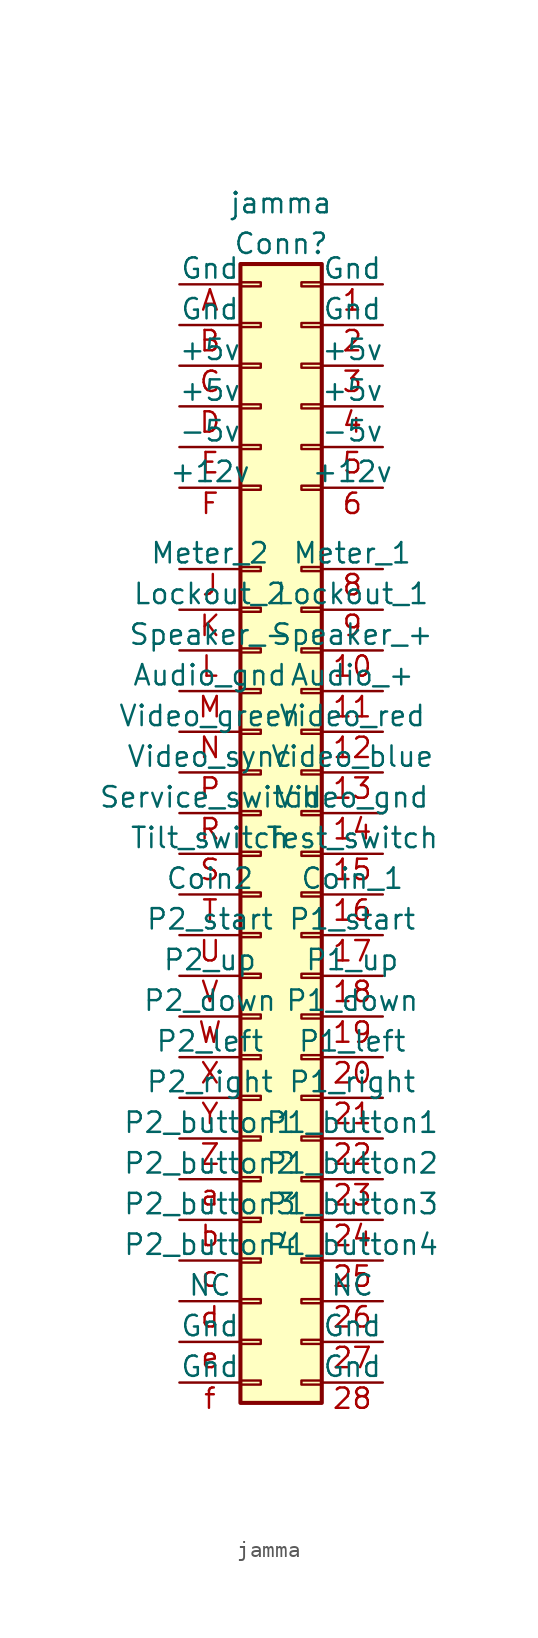
<source format=kicad_sym>
(kicad_symbol_lib
  (version 20201005)
  (generator kicad_symbol_editor)
  (symbol "jamma:jamma"
    (pin_names
      (offset 0))
    (property "Reference" "Conn"
      (at 0 35.56 0)
      (effects (font (size 1.27 1.27))))
    (property "Value" "jamma"
      (at 0 38.1 0)
      (effects (font (size 1.27 1.27))))
    (symbol "jamma_1_1"
      (rectangle (start 2.54 -27.813) (end 1.27 -28.067) (stroke (width 0.152)) (fill (type none)))
      (rectangle (start 2.54 -30.353) (end 1.27 -30.607) (stroke (width 0.152)) (fill (type none)))
      (rectangle (start 2.54 -32.893) (end 1.27 -33.147) (stroke (width 0.152)) (fill (type none)))
      (rectangle (start 2.54 -35.433) (end 1.27 -35.687) (stroke (width 0.152)) (fill (type none)))
      (rectangle (start 2.54 -4.953) (end 1.27 -5.207) (stroke (width 0.152)) (fill (type none)))
      (rectangle (start 2.54 -7.493) (end 1.27 -7.747) (stroke (width 0.152)) (fill (type none)))
      (rectangle (start 2.54 -10.033) (end 1.27 -10.287) (stroke (width 0.152)) (fill (type none)))
      (rectangle (start 2.54 -12.573) (end 1.27 -12.827) (stroke (width 0.152)) (fill (type none)))
      (rectangle (start 2.54 -15.113) (end 1.27 -15.367) (stroke (width 0.152)) (fill (type none)))
      (rectangle (start 2.54 -17.653) (end 1.27 -17.907) (stroke (width 0.152)) (fill (type none)))
      (rectangle (start 2.54 -20.193) (end 1.27 -20.447) (stroke (width 0.152)) (fill (type none)))
      (rectangle (start 2.54 -22.733) (end 1.27 -22.987) (stroke (width 0.152)) (fill (type none)))
      (rectangle (start 2.54 -2.413) (end 1.27 -2.667) (stroke (width 0.152)) (fill (type none)))
      (rectangle (start 2.54 -25.273) (end 1.27 -25.527) (stroke (width 0.152)) (fill (type none)))
      (rectangle (start 2.54 25.527) (end 1.27 25.273) (stroke (width 0.152)) (fill (type none)))
      (rectangle (start 2.54 2.667) (end 1.27 2.413) (stroke (width 0.152)) (fill (type none)))
      (rectangle (start 2.54 28.067) (end 1.27 27.813) (stroke (width 0.152)) (fill (type none)))
      (rectangle (start 2.54 30.607) (end 1.27 30.353) (stroke (width 0.152)) (fill (type none)))
      (rectangle (start 2.54 33.147) (end 1.27 32.893) (stroke (width 0.152)) (fill (type none)))
      (rectangle (start 2.54 34.29) (end -2.54 -36.83) (stroke (width 0.254)) (fill (type background)))
      (rectangle (start 2.54 5.207) (end 1.27 4.953) (stroke (width 0.152)) (fill (type none)))
      (rectangle (start 2.54 7.747) (end 1.27 7.493) (stroke (width 0.152)) (fill (type none)))
      (rectangle (start 2.54 10.287) (end 1.27 10.033) (stroke (width 0.152)) (fill (type none)))
      (rectangle (start 2.54 0.127) (end 1.27 -0.127) (stroke (width 0.152)) (fill (type none)))
      (rectangle (start 2.54 12.827) (end 1.27 12.573) (stroke (width 0.152)) (fill (type none)))
      (rectangle (start 2.54 15.367) (end 1.27 15.113) (stroke (width 0.152)) (fill (type none)))
      (rectangle (start 2.54 20.447) (end 1.27 20.193) (stroke (width 0.152)) (fill (type none)))
      (rectangle (start 2.54 22.987) (end 1.27 22.733) (stroke (width 0.152)) (fill (type none)))
      (rectangle (start -2.54 -27.813) (end -1.27 -28.067) (stroke (width 0.152)) (fill (type none)))
      (rectangle (start -2.54 -30.353) (end -1.27 -30.607) (stroke (width 0.152)) (fill (type none)))
      (rectangle (start -2.54 -32.893) (end -1.27 -33.147) (stroke (width 0.152)) (fill (type none)))
      (rectangle (start -2.54 -35.433) (end -1.27 -35.687) (stroke (width 0.152)) (fill (type none)))
      (rectangle (start -2.54 -4.953) (end -1.27 -5.207) (stroke (width 0.152)) (fill (type none)))
      (rectangle (start -2.54 -7.493) (end -1.27 -7.747) (stroke (width 0.152)) (fill (type none)))
      (rectangle (start -2.54 -10.033) (end -1.27 -10.287) (stroke (width 0.152)) (fill (type none)))
      (rectangle (start -2.54 -12.573) (end -1.27 -12.827) (stroke (width 0.152)) (fill (type none)))
      (rectangle (start -2.54 -15.113) (end -1.27 -15.367) (stroke (width 0.152)) (fill (type none)))
      (rectangle (start -2.54 -17.653) (end -1.27 -17.907) (stroke (width 0.152)) (fill (type none)))
      (rectangle (start -2.54 -20.193) (end -1.27 -20.447) (stroke (width 0.152)) (fill (type none)))
      (rectangle (start -2.54 -22.733) (end -1.27 -22.987) (stroke (width 0.152)) (fill (type none)))
      (rectangle (start -2.54 -2.413) (end -1.27 -2.667) (stroke (width 0.152)) (fill (type none)))
      (rectangle (start -2.54 -25.273) (end -1.27 -25.527) (stroke (width 0.152)) (fill (type none)))
      (rectangle (start -2.54 25.527) (end -1.27 25.273) (stroke (width 0.152)) (fill (type none)))
      (rectangle (start -2.54 2.667) (end -1.27 2.413) (stroke (width 0.152)) (fill (type none)))
      (rectangle (start -2.54 28.067) (end -1.27 27.813) (stroke (width 0.152)) (fill (type none)))
      (rectangle (start -2.54 30.607) (end -1.27 30.353) (stroke (width 0.152)) (fill (type none)))
      (rectangle (start -2.54 33.147) (end -1.27 32.893) (stroke (width 0.152)) (fill (type none)))
      (rectangle (start -2.54 5.207) (end -1.27 4.953) (stroke (width 0.152)) (fill (type none)))
      (rectangle (start -2.54 7.747) (end -1.27 7.493) (stroke (width 0.152)) (fill (type none)))
      (rectangle (start -2.54 10.287) (end -1.27 10.033) (stroke (width 0.152)) (fill (type none)))
      (rectangle (start -2.54 0.127) (end -1.27 -0.127) (stroke (width 0.152)) (fill (type none)))
      (rectangle (start -2.54 12.827) (end -1.27 12.573) (stroke (width 0.152)) (fill (type none)))
      (rectangle (start -2.54 15.367) (end -1.27 15.113) (stroke (width 0.152)) (fill (type none)))
      (rectangle (start -2.54 20.447) (end -1.27 20.193) (stroke (width 0.152)) (fill (type none)))
      (rectangle (start -2.54 22.987) (end -1.27 22.733) (stroke (width 0.152)) (fill (type none)))
      (pin passive line (at 6.35 33.02 180) (length 3.81) (name "Gnd" (effects (font (size 1.27 1.27)))) (number "1" (effects (font (size 1.27 1.27)))))
      (pin passive line (at 6.35 10.16 180) (length 3.81) (name "Speaker_+" (effects (font (size 1.27 1.27)))) (number "10" (effects (font (size 1.27 1.27)))))
      (pin passive line (at 6.35 7.62 180) (length 3.81) (name "Audio_+" (effects (font (size 1.27 1.27)))) (number "11" (effects (font (size 1.27 1.27)))))
      (pin passive line (at 6.35 5.08 180) (length 3.81) (name "Video_red" (effects (font (size 1.27 1.27)))) (number "12" (effects (font (size 1.27 1.27)))))
      (pin passive line (at 6.35 2.54 180) (length 3.81) (name "Video_blue" (effects (font (size 1.27 1.27)))) (number "13" (effects (font (size 1.27 1.27)))))
      (pin passive line (at 6.35 0 180) (length 3.81) (name "Video_gnd" (effects (font (size 1.27 1.27)))) (number "14" (effects (font (size 1.27 1.27)))))
      (pin passive line (at 6.35 -2.54 180) (length 3.81) (name "Test_switch" (effects (font (size 1.27 1.27)))) (number "15" (effects (font (size 1.27 1.27)))))
      (pin passive line (at 6.35 -5.08 180) (length 3.81) (name "Coin_1" (effects (font (size 1.27 1.27)))) (number "16" (effects (font (size 1.27 1.27)))))
      (pin passive line (at 6.35 -7.62 180) (length 3.81) (name "P1_start" (effects (font (size 1.27 1.27)))) (number "17" (effects (font (size 1.27 1.27)))))
      (pin passive line (at 6.35 -10.16 180) (length 3.81) (name "P1_up" (effects (font (size 1.27 1.27)))) (number "18" (effects (font (size 1.27 1.27)))))
      (pin passive line (at 6.35 -12.7 180) (length 3.81) (name "P1_down" (effects (font (size 1.27 1.27)))) (number "19" (effects (font (size 1.27 1.27)))))
      (pin passive line (at 6.35 30.48 180) (length 3.81) (name "Gnd" (effects (font (size 1.27 1.27)))) (number "2" (effects (font (size 1.27 1.27)))))
      (pin passive line (at 6.35 -15.24 180) (length 3.81) (name "P1_left" (effects (font (size 1.27 1.27)))) (number "20" (effects (font (size 1.27 1.27)))))
      (pin passive line (at 6.35 -17.78 180) (length 3.81) (name "P1_right" (effects (font (size 1.27 1.27)))) (number "21" (effects (font (size 1.27 1.27)))))
      (pin passive line (at 6.35 -20.32 180) (length 3.81) (name "P1_button1" (effects (font (size 1.27 1.27)))) (number "22" (effects (font (size 1.27 1.27)))))
      (pin passive line (at 6.35 -22.86 180) (length 3.81) (name "P1_button2" (effects (font (size 1.27 1.27)))) (number "23" (effects (font (size 1.27 1.27)))))
      (pin passive line (at 6.35 -25.4 180) (length 3.81) (name "P1_button3" (effects (font (size 1.27 1.27)))) (number "24" (effects (font (size 1.27 1.27)))))
      (pin passive line (at 6.35 -27.94 180) (length 3.81) (name "P1_button4" (effects (font (size 1.27 1.27)))) (number "25" (effects (font (size 1.27 1.27)))))
      (pin passive line (at 6.35 -30.48 180) (length 3.81) (name "NC" (effects (font (size 1.27 1.27)))) (number "26" (effects (font (size 1.27 1.27)))))
      (pin passive line (at 6.35 -33.02 180) (length 3.81) (name "Gnd" (effects (font (size 1.27 1.27)))) (number "27" (effects (font (size 1.27 1.27)))))
      (pin passive line (at 6.35 -35.56 180) (length 3.81) (name "Gnd" (effects (font (size 1.27 1.27)))) (number "28" (effects (font (size 1.27 1.27)))))
      (pin passive line (at -6.35 33.02 0) (length 3.81) (name "Gnd" (effects (font (size 1.27 1.27)))) (number "A" (effects (font (size 1.27 1.27)))))
      (pin passive line (at 6.35 27.94 180) (length 3.81) (name "+5v" (effects (font (size 1.27 1.27)))) (number "3" (effects (font (size 1.27 1.27)))))
      (pin passive line (at -6.35 30.48 0) (length 3.81) (name "Gnd" (effects (font (size 1.27 1.27)))) (number "B" (effects (font (size 1.27 1.27)))))
      (pin passive line (at -6.35 27.94 0) (length 3.81) (name "+5v" (effects (font (size 1.27 1.27)))) (number "C" (effects (font (size 1.27 1.27)))))
      (pin passive line (at -6.35 25.4 0) (length 3.81) (name "+5v" (effects (font (size 1.27 1.27)))) (number "D" (effects (font (size 1.27 1.27)))))
      (pin passive line (at -6.35 22.86 0) (length 3.81) (name "-5v" (effects (font (size 1.27 1.27)))) (number "E" (effects (font (size 1.27 1.27)))))
      (pin passive line (at -6.35 20.32 0) (length 3.81) (name "+12v" (effects (font (size 1.27 1.27)))) (number "F" (effects (font (size 1.27 1.27)))))
      (pin passive line (at -6.35 15.24 0) (length 3.81) (name "Meter_2" (effects (font (size 1.27 1.27)))) (number "J" (effects (font (size 1.27 1.27)))))
      (pin passive line (at -6.35 12.7 0) (length 3.81) (name "Lockout_2" (effects (font (size 1.27 1.27)))) (number "K" (effects (font (size 1.27 1.27)))))
      (pin passive line (at -6.35 10.16 0) (length 3.81) (name "Speaker_-" (effects (font (size 1.27 1.27)))) (number "L" (effects (font (size 1.27 1.27)))))
      (pin passive line (at -6.35 7.62 0) (length 3.81) (name "Audio_gnd" (effects (font (size 1.27 1.27)))) (number "M" (effects (font (size 1.27 1.27)))))
      (pin passive line (at 6.35 25.4 180) (length 3.81) (name "+5v" (effects (font (size 1.27 1.27)))) (number "4" (effects (font (size 1.27 1.27)))))
      (pin passive line (at -6.35 5.08 0) (length 3.81) (name "Video_green" (effects (font (size 1.27 1.27)))) (number "N" (effects (font (size 1.27 1.27)))))
      (pin passive line (at -6.35 2.54 0) (length 3.81) (name "Video_sync" (effects (font (size 1.27 1.27)))) (number "P" (effects (font (size 1.27 1.27)))))
      (pin passive line (at -6.35 0 0) (length 3.81) (name "Service_switch" (effects (font (size 1.27 1.27)))) (number "R" (effects (font (size 1.27 1.27)))))
      (pin passive line (at -6.35 -2.54 0) (length 3.81) (name "Tilt_switch" (effects (font (size 1.27 1.27)))) (number "S" (effects (font (size 1.27 1.27)))))
      (pin passive line (at -6.35 -5.08 0) (length 3.81) (name "Coin2" (effects (font (size 1.27 1.27)))) (number "T" (effects (font (size 1.27 1.27)))))
      (pin passive line (at -6.35 -7.62 0) (length 3.81) (name "P2_start" (effects (font (size 1.27 1.27)))) (number "U" (effects (font (size 1.27 1.27)))))
      (pin passive line (at -6.35 -10.16 0) (length 3.81) (name "P2_up" (effects (font (size 1.27 1.27)))) (number "V" (effects (font (size 1.27 1.27)))))
      (pin passive line (at -6.35 -12.7 0) (length 3.81) (name "P2_down" (effects (font (size 1.27 1.27)))) (number "W" (effects (font (size 1.27 1.27)))))
      (pin passive line (at -6.35 -15.24 0) (length 3.81) (name "P2_left" (effects (font (size 1.27 1.27)))) (number "X" (effects (font (size 1.27 1.27)))))
      (pin passive line (at -6.35 -17.78 0) (length 3.81) (name "P2_right" (effects (font (size 1.27 1.27)))) (number "Y" (effects (font (size 1.27 1.27)))))
      (pin passive line (at 6.35 22.86 180) (length 3.81) (name "-5v" (effects (font (size 1.27 1.27)))) (number "5" (effects (font (size 1.27 1.27)))))
      (pin passive line (at -6.35 -20.32 0) (length 3.81) (name "P2_button1" (effects (font (size 1.27 1.27)))) (number "Z" (effects (font (size 1.27 1.27)))))
      (pin passive line (at -6.35 -22.86 0) (length 3.81) (name "P2_button2" (effects (font (size 1.27 1.27)))) (number "a" (effects (font (size 1.27 1.27)))))
      (pin passive line (at -6.35 -25.4 0) (length 3.81) (name "P2_button3" (effects (font (size 1.27 1.27)))) (number "b" (effects (font (size 1.27 1.27)))))
      (pin passive line (at -6.35 -27.94 0) (length 3.81) (name "P2_button4" (effects (font (size 1.27 1.27)))) (number "c" (effects (font (size 1.27 1.27)))))
      (pin passive line (at -6.35 -30.48 0) (length 3.81) (name "NC" (effects (font (size 1.27 1.27)))) (number "d" (effects (font (size 1.27 1.27)))))
      (pin passive line (at -6.35 -33.02 0) (length 3.81) (name "Gnd" (effects (font (size 1.27 1.27)))) (number "e" (effects (font (size 1.27 1.27)))))
      (pin passive line (at -6.35 -35.56 0) (length 3.81) (name "Gnd" (effects (font (size 1.27 1.27)))) (number "f" (effects (font (size 1.27 1.27)))))
      (pin passive line (at 6.35 20.32 180) (length 3.81) (name "+12v" (effects (font (size 1.27 1.27)))) (number "6" (effects (font (size 1.27 1.27)))))
      (pin passive line (at 6.35 15.24 180) (length 3.81) (name "Meter_1" (effects (font (size 1.27 1.27)))) (number "8" (effects (font (size 1.27 1.27)))))
      (pin passive line (at 6.35 12.7 180) (length 3.81) (name "Lockout_1" (effects (font (size 1.27 1.27)))) (number "9" (effects (font (size 1.27 1.27))))))))
</source>
